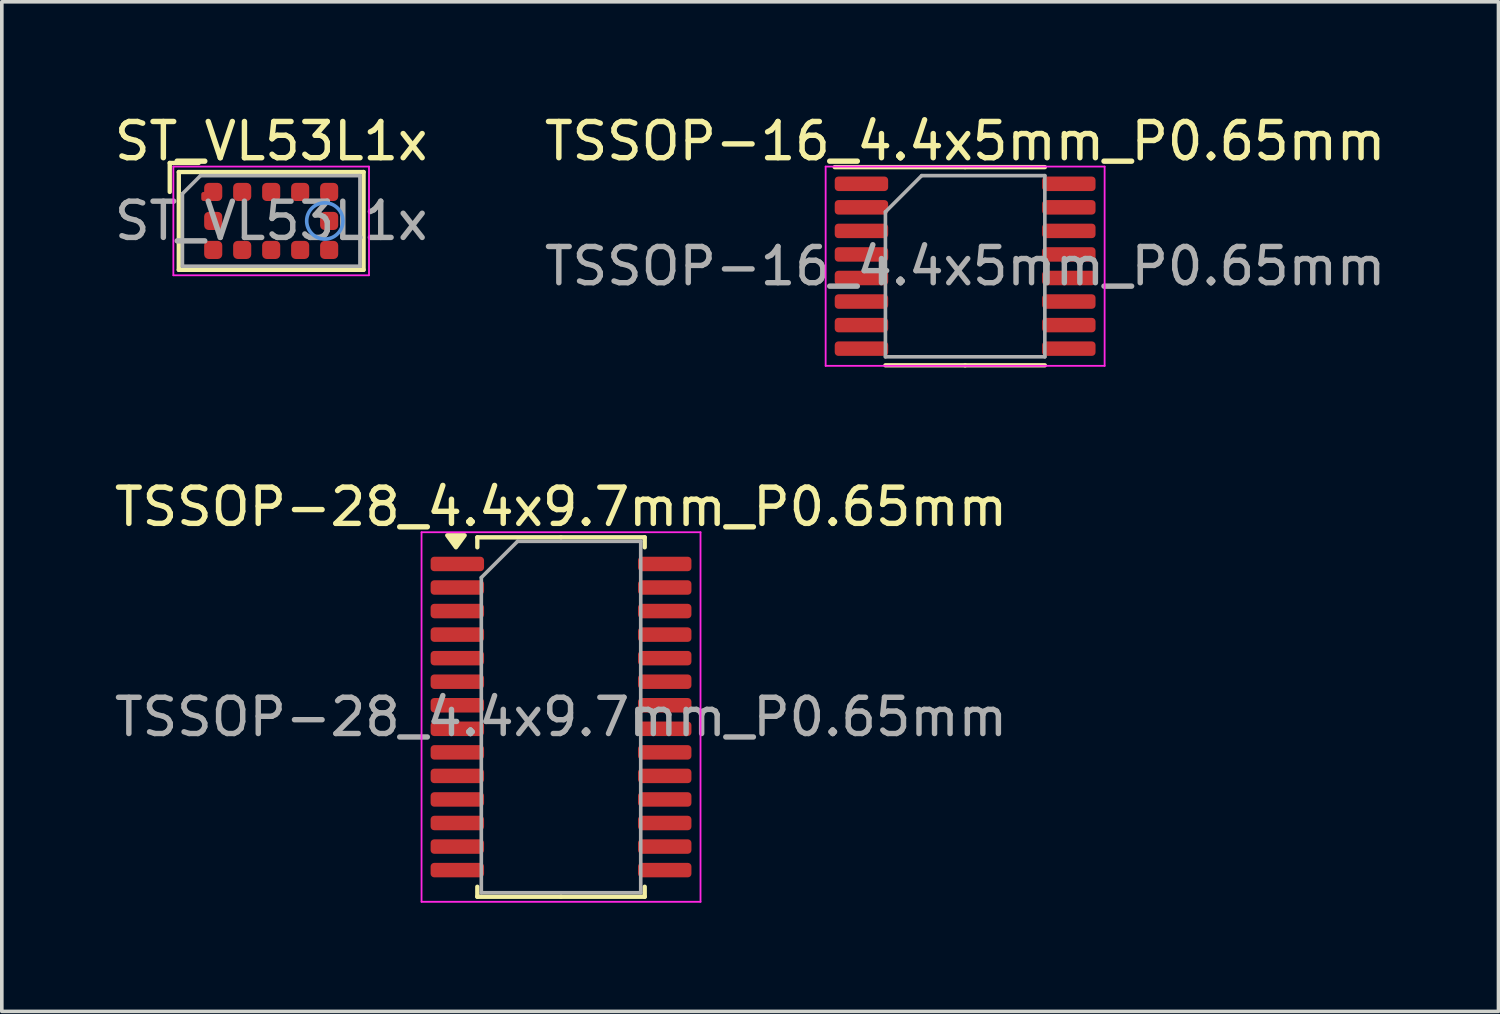
<source format=kicad_pcb>
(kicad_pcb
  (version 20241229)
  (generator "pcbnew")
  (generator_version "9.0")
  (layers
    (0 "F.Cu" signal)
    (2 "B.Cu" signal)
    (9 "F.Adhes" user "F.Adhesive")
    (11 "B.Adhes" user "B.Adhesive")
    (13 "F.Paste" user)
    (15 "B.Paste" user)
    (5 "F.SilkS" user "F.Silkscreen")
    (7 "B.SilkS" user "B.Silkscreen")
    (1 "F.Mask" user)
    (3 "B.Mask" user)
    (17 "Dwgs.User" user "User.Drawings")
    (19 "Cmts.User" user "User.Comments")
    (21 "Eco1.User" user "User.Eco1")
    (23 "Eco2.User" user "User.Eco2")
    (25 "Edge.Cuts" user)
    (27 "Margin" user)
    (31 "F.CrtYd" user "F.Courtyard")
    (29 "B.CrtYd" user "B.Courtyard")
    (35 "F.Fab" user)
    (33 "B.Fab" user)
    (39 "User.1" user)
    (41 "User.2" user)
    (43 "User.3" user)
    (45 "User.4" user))
  (footprint "TSSOP-28_4.4x9.7mm_P0.65mm"
    (layer "F.Cu")
    (at 12.435 16.741)
    (property "Reference" "TSSOP-28_4.4x9.7mm_P0.65mm" (at 0 -5.8 0) (layer "F.SilkS") (effects (font (size 1 1) (thickness 0.15))))
    (attr smd)
    (fp_line (start -2.31 -4.96) (end -2.31 -4.685) (stroke (width 0.12) (type solid)) (layer "F.SilkS"))
    (fp_line (start -2.31 4.96) (end -2.31 4.685) (stroke (width 0.12) (type solid)) (layer "F.SilkS"))
    (fp_line (start 0 -4.96) (end -2.31 -4.96) (stroke (width 0.12) (type solid)) (layer "F.SilkS"))
    (fp_line (start 0 -4.96) (end 2.31 -4.96) (stroke (width 0.12) (type solid)) (layer "F.SilkS"))
    (fp_line (start 0 4.96) (end -2.31 4.96) (stroke (width 0.12) (type solid)) (layer "F.SilkS"))
    (fp_line (start 0 4.96) (end 2.31 4.96) (stroke (width 0.12) (type solid)) (layer "F.SilkS"))
    (fp_line (start 2.31 -4.96) (end 2.31 -4.685) (stroke (width 0.12) (type solid)) (layer "F.SilkS"))
    (fp_line (start 2.31 4.96) (end 2.31 4.685) (stroke (width 0.12) (type solid)) (layer "F.SilkS"))
    (fp_poly (pts (xy -2.9 -4.685) (xy -3.14 -5.015) (xy -2.66 -5.015) (xy -2.9 -4.685)) (stroke (width 0.12) (type solid)) (fill yes) (layer "F.SilkS"))
    (fp_line (start -3.85 -5.1) (end -3.85 5.1) (stroke (width 0.05) (type solid)) (layer "F.CrtYd"))
    (fp_line (start -3.85 5.1) (end 3.85 5.1) (stroke (width 0.05) (type solid)) (layer "F.CrtYd"))
    (fp_line (start 3.85 -5.1) (end -3.85 -5.1) (stroke (width 0.05) (type solid)) (layer "F.CrtYd"))
    (fp_line (start 3.85 5.1) (end 3.85 -5.1) (stroke (width 0.05) (type solid)) (layer "F.CrtYd"))
    (fp_line (start -2.2 -3.85) (end -1.2 -4.85) (stroke (width 0.1) (type solid)) (layer "F.Fab"))
    (fp_line (start -2.2 4.85) (end -2.2 -3.85) (stroke (width 0.1) (type solid)) (layer "F.Fab"))
    (fp_line (start -1.2 -4.85) (end 2.2 -4.85) (stroke (width 0.1) (type solid)) (layer "F.Fab"))
    (fp_line (start 2.2 -4.85) (end 2.2 4.85) (stroke (width 0.1) (type solid)) (layer "F.Fab"))
    (fp_line (start 2.2 4.85) (end -2.2 4.85) (stroke (width 0.1) (type solid)) (layer "F.Fab"))
    (fp_text user "${REFERENCE}" (at 0 0 0) (layer "F.Fab") (effects (font (size 1 1) (thickness 0.15))))
    (pad "1" smd roundrect (at -2.862 -4.225) (size 1.475 0.4) (layers "F.Cu" "F.Mask" "F.Paste") (roundrect_rratio 0.25))
    (pad "2" smd roundrect (at -2.862 -3.575) (size 1.475 0.4) (layers "F.Cu" "F.Mask" "F.Paste") (roundrect_rratio 0.25))
    (pad "3" smd roundrect (at -2.862 -2.925) (size 1.475 0.4) (layers "F.Cu" "F.Mask" "F.Paste") (roundrect_rratio 0.25))
    (pad "4" smd roundrect (at -2.862 -2.275) (size 1.475 0.4) (layers "F.Cu" "F.Mask" "F.Paste") (roundrect_rratio 0.25))
    (pad "5" smd roundrect (at -2.862 -1.625) (size 1.475 0.4) (layers "F.Cu" "F.Mask" "F.Paste") (roundrect_rratio 0.25))
    (pad "6" smd roundrect (at -2.862 -0.975) (size 1.475 0.4) (layers "F.Cu" "F.Mask" "F.Paste") (roundrect_rratio 0.25))
    (pad "7" smd roundrect (at -2.862 -0.325) (size 1.475 0.4) (layers "F.Cu" "F.Mask" "F.Paste") (roundrect_rratio 0.25))
    (pad "8" smd roundrect (at -2.862 0.325) (size 1.475 0.4) (layers "F.Cu" "F.Mask" "F.Paste") (roundrect_rratio 0.25))
    (pad "9" smd roundrect (at -2.862 0.975) (size 1.475 0.4) (layers "F.Cu" "F.Mask" "F.Paste") (roundrect_rratio 0.25))
    (pad "10" smd roundrect (at -2.862 1.625) (size 1.475 0.4) (layers "F.Cu" "F.Mask" "F.Paste") (roundrect_rratio 0.25))
    (pad "11" smd roundrect (at -2.862 2.275) (size 1.475 0.4) (layers "F.Cu" "F.Mask" "F.Paste") (roundrect_rratio 0.25))
    (pad "12" smd roundrect (at -2.862 2.925) (size 1.475 0.4) (layers "F.Cu" "F.Mask" "F.Paste") (roundrect_rratio 0.25))
    (pad "13" smd roundrect (at -2.862 3.575) (size 1.475 0.4) (layers "F.Cu" "F.Mask" "F.Paste") (roundrect_rratio 0.25))
    (pad "14" smd roundrect (at -2.862 4.225) (size 1.475 0.4) (layers "F.Cu" "F.Mask" "F.Paste") (roundrect_rratio 0.25))
    (pad "15" smd roundrect (at 2.862 4.225) (size 1.475 0.4) (layers "F.Cu" "F.Mask" "F.Paste") (roundrect_rratio 0.25))
    (pad "16" smd roundrect (at 2.862 3.575) (size 1.475 0.4) (layers "F.Cu" "F.Mask" "F.Paste") (roundrect_rratio 0.25))
    (pad "17" smd roundrect (at 2.862 2.925) (size 1.475 0.4) (layers "F.Cu" "F.Mask" "F.Paste") (roundrect_rratio 0.25))
    (pad "18" smd roundrect (at 2.862 2.275) (size 1.475 0.4) (layers "F.Cu" "F.Mask" "F.Paste") (roundrect_rratio 0.25))
    (pad "19" smd roundrect (at 2.862 1.625) (size 1.475 0.4) (layers "F.Cu" "F.Mask" "F.Paste") (roundrect_rratio 0.25))
    (pad "20" smd roundrect (at 2.862 0.975) (size 1.475 0.4) (layers "F.Cu" "F.Mask" "F.Paste") (roundrect_rratio 0.25))
    (pad "21" smd roundrect (at 2.862 0.325) (size 1.475 0.4) (layers "F.Cu" "F.Mask" "F.Paste") (roundrect_rratio 0.25))
    (pad "22" smd roundrect (at 2.862 -0.325) (size 1.475 0.4) (layers "F.Cu" "F.Mask" "F.Paste") (roundrect_rratio 0.25))
    (pad "23" smd roundrect (at 2.862 -0.975) (size 1.475 0.4) (layers "F.Cu" "F.Mask" "F.Paste") (roundrect_rratio 0.25))
    (pad "24" smd roundrect (at 2.862 -1.625) (size 1.475 0.4) (layers "F.Cu" "F.Mask" "F.Paste") (roundrect_rratio 0.25))
    (pad "25" smd roundrect (at 2.862 -2.275) (size 1.475 0.4) (layers "F.Cu" "F.Mask" "F.Paste") (roundrect_rratio 0.25))
    (pad "26" smd roundrect (at 2.862 -2.925) (size 1.475 0.4) (layers "F.Cu" "F.Mask" "F.Paste") (roundrect_rratio 0.25))
    (pad "27" smd roundrect (at 2.862 -3.575) (size 1.475 0.4) (layers "F.Cu" "F.Mask" "F.Paste") (roundrect_rratio 0.25))
    (pad "28" smd roundrect (at 2.862 -4.225) (size 1.475 0.4) (layers "F.Cu" "F.Mask" "F.Paste") (roundrect_rratio 0.25)))
  (footprint "TSSOP-16_4.4x5mm_P0.65mm"
    (layer "F.Cu")
    (at 23.589 4.298)
    (property "Reference" "TSSOP-16_4.4x5mm_P0.65mm" (at 0 -3.45 180) (layer "F.SilkS") (effects (font (size 1 1) (thickness 0.15))))
    (attr smd)
    (fp_line (start -3.6 -2.735) (end 0 -2.735) (stroke (width 0.12) (type solid)) (layer "F.SilkS"))
    (fp_line (start -2.2 2.735) (end 0 2.735) (stroke (width 0.12) (type solid)) (layer "F.SilkS"))
    (fp_line (start 2.2 -2.735) (end 0 -2.735) (stroke (width 0.12) (type solid)) (layer "F.SilkS"))
    (fp_line (start 2.2 2.735) (end 0 2.735) (stroke (width 0.12) (type solid)) (layer "F.SilkS"))
    (fp_line (start -3.85 -2.75) (end 3.85 -2.75) (stroke (width 0.05) (type solid)) (layer "F.CrtYd"))
    (fp_line (start -3.85 2.75) (end -3.85 -2.75) (stroke (width 0.05) (type solid)) (layer "F.CrtYd"))
    (fp_line (start 3.85 -2.75) (end 3.85 2.75) (stroke (width 0.05) (type solid)) (layer "F.CrtYd"))
    (fp_line (start 3.85 2.75) (end -3.85 2.75) (stroke (width 0.05) (type solid)) (layer "F.CrtYd"))
    (fp_line (start -2.2 -1.5) (end -2.2 2.5) (stroke (width 0.1) (type solid)) (layer "F.Fab"))
    (fp_line (start -2.2 2.5) (end 2.2 2.5) (stroke (width 0.1) (type solid)) (layer "F.Fab"))
    (fp_line (start -1.2 -2.5) (end -2.2 -1.5) (stroke (width 0.1) (type solid)) (layer "F.Fab"))
    (fp_line (start 2.2 -2.5) (end -1.2 -2.5) (stroke (width 0.1) (type solid)) (layer "F.Fab"))
    (fp_line (start 2.2 2.5) (end 2.2 -2.5) (stroke (width 0.1) (type solid)) (layer "F.Fab"))
    (fp_text user "${REFERENCE}" (at 0 0 180) (layer "F.Fab") (effects (font (size 1 1) (thickness 0.15))))
    (pad "1" smd roundrect (at -2.862 -2.275 180) (size 1.475 0.4) (layers "F.Cu" "F.Mask" "F.Paste") (roundrect_rratio 0.25))
    (pad "2" smd roundrect (at -2.862 -1.625 180) (size 1.475 0.4) (layers "F.Cu" "F.Mask" "F.Paste") (roundrect_rratio 0.25))
    (pad "3" smd roundrect (at -2.862 -0.975 180) (size 1.475 0.4) (layers "F.Cu" "F.Mask" "F.Paste") (roundrect_rratio 0.25))
    (pad "4" smd roundrect (at -2.862 -0.325 180) (size 1.475 0.4) (layers "F.Cu" "F.Mask" "F.Paste") (roundrect_rratio 0.25))
    (pad "5" smd roundrect (at -2.862 0.325 180) (size 1.475 0.4) (layers "F.Cu" "F.Mask" "F.Paste") (roundrect_rratio 0.25))
    (pad "6" smd roundrect (at -2.862 0.975 180) (size 1.475 0.4) (layers "F.Cu" "F.Mask" "F.Paste") (roundrect_rratio 0.25))
    (pad "7" smd roundrect (at -2.862 1.625 180) (size 1.475 0.4) (layers "F.Cu" "F.Mask" "F.Paste") (roundrect_rratio 0.25))
    (pad "8" smd roundrect (at -2.862 2.275 180) (size 1.475 0.4) (layers "F.Cu" "F.Mask" "F.Paste") (roundrect_rratio 0.25))
    (pad "9" smd roundrect (at 2.862 2.275 180) (size 1.475 0.4) (layers "F.Cu" "F.Mask" "F.Paste") (roundrect_rratio 0.25))
    (pad "10" smd roundrect (at 2.862 1.625 180) (size 1.475 0.4) (layers "F.Cu" "F.Mask" "F.Paste") (roundrect_rratio 0.25))
    (pad "11" smd roundrect (at 2.862 0.975 180) (size 1.475 0.4) (layers "F.Cu" "F.Mask" "F.Paste") (roundrect_rratio 0.25))
    (pad "12" smd roundrect (at 2.862 0.325 180) (size 1.475 0.4) (layers "F.Cu" "F.Mask" "F.Paste") (roundrect_rratio 0.25))
    (pad "13" smd roundrect (at 2.862 -0.325 180) (size 1.475 0.4) (layers "F.Cu" "F.Mask" "F.Paste") (roundrect_rratio 0.25))
    (pad "14" smd roundrect (at 2.862 -0.975 180) (size 1.475 0.4) (layers "F.Cu" "F.Mask" "F.Paste") (roundrect_rratio 0.25))
    (pad "15" smd roundrect (at 2.862 -1.625 180) (size 1.475 0.4) (layers "F.Cu" "F.Mask" "F.Paste") (roundrect_rratio 0.25))
    (pad "16" smd roundrect (at 2.862 -2.275 180) (size 1.475 0.4) (layers "F.Cu" "F.Mask" "F.Paste") (roundrect_rratio 0.25)))
  (footprint "ST_VL53L1x"
    (layer "F.Cu")
    (at 5.915 3.048)
    (property "Reference" "ST_VL53L1x" (at -1.48 -2.2 0) (layer "F.SilkS") (effects (font (size 1 1) (thickness 0.15))))
    (attr smd)
    (fp_line (start -4.28 -1.6) (end -3.48 -1.6) (stroke (width 0.12) (type solid)) (layer "F.SilkS"))
    (fp_line (start -4.28 -0.8) (end -4.28 -1.6) (stroke (width 0.12) (type solid)) (layer "F.SilkS"))
    (fp_line (start -4.03 -1.35) (end -4.03 1.35) (stroke (width 0.12) (type solid)) (layer "F.SilkS"))
    (fp_line (start -4.03 1.35) (end 1.07 1.35) (stroke (width 0.12) (type solid)) (layer "F.SilkS"))
    (fp_line (start 1.07 -1.35) (end -4.03 -1.35) (stroke (width 0.12) (type solid)) (layer "F.SilkS"))
    (fp_line (start 1.07 1.35) (end 1.07 -1.35) (stroke (width 0.12) (type solid)) (layer "F.SilkS"))
    (fp_circle (center 0 0) (end 0.5 0) (stroke (width 0.1) (type default)) (fill no) (layer "Cmts.User"))
    (fp_line (start -4.18 -1.5) (end -4.18 1.5) (stroke (width 0.05) (type solid)) (layer "F.CrtYd"))
    (fp_line (start -4.18 1.5) (end 1.22 1.5) (stroke (width 0.05) (type solid)) (layer "F.CrtYd"))
    (fp_line (start 1.22 -1.5) (end -4.18 -1.5) (stroke (width 0.05) (type solid)) (layer "F.CrtYd"))
    (fp_line (start 1.22 1.5) (end 1.22 -1.5) (stroke (width 0.05) (type solid)) (layer "F.CrtYd"))
    (fp_line (start -3.93 -0.75) (end -3.93 1.25) (stroke (width 0.1) (type solid)) (layer "F.Fab"))
    (fp_line (start -3.93 -0.75) (end -3.43 -1.25) (stroke (width 0.1) (type solid)) (layer "F.Fab"))
    (fp_line (start -3.43 -1.25) (end 0.97 -1.25) (stroke (width 0.1) (type solid)) (layer "F.Fab"))
    (fp_line (start 0.97 -1.25) (end 0.97 1.25) (stroke (width 0.1) (type solid)) (layer "F.Fab"))
    (fp_line (start 0.97 1.25) (end -3.93 1.25) (stroke (width 0.1) (type solid)) (layer "F.Fab"))
    (fp_text user "${REFERENCE}" (at -1.48 0 0) (layer "F.Fab") (effects (font (size 1 1) (thickness 0.15))))
    (pad "1" smd roundrect (at -3.22 -0.675) (size 0.38 0.25) (layers "F.Cu" "F.Mask" "F.Paste") (roundrect_rratio 0.25))
    (pad "1" smd roundrect (at -3.08 -0.8) (size 0.5 0.5) (layers "F.Cu" "F.Mask" "F.Paste") (roundrect_rratio 0.25))
    (pad "2" smd roundrect (at -2.28 -0.8) (size 0.5 0.5) (layers "F.Cu" "F.Mask" "F.Paste") (roundrect_rratio 0.25))
    (pad "3" smd roundrect (at -1.48 -0.8) (size 0.5 0.5) (layers "F.Cu" "F.Mask" "F.Paste") (roundrect_rratio 0.25))
    (pad "4" smd roundrect (at -0.68 -0.8) (size 0.5 0.5) (layers "F.Cu" "F.Mask" "F.Paste") (roundrect_rratio 0.25))
    (pad "5" smd roundrect (at 0.12 -0.8) (size 0.5 0.5) (layers "F.Cu" "F.Mask" "F.Paste") (roundrect_rratio 0.25))
    (pad "6" smd roundrect (at 0.12 0) (size 0.5 0.5) (layers "F.Cu" "F.Mask" "F.Paste") (roundrect_rratio 0.25))
    (pad "7" smd roundrect (at 0.12 0.8) (size 0.5 0.5) (layers "F.Cu" "F.Mask" "F.Paste") (roundrect_rratio 0.25))
    (pad "8" smd roundrect (at -0.68 0.8) (size 0.5 0.5) (layers "F.Cu" "F.Mask" "F.Paste") (roundrect_rratio 0.25))
    (pad "9" smd roundrect (at -1.48 0.8) (size 0.5 0.5) (layers "F.Cu" "F.Mask" "F.Paste") (roundrect_rratio 0.25))
    (pad "10" smd roundrect (at -2.28 0.8) (size 0.5 0.5) (layers "F.Cu" "F.Mask" "F.Paste") (roundrect_rratio 0.25))
    (pad "11" smd roundrect (at -3.08 0.8) (size 0.5 0.5) (layers "F.Cu" "F.Mask" "F.Paste") (roundrect_rratio 0.25))
    (pad "12" smd roundrect (at -3.08 0) (size 0.5 0.5) (layers "F.Cu" "F.Mask" "F.Paste") (roundrect_rratio 0.25)))
  (gr_rect
    (start -3 -3)
    (end 38.31 24.866)
    (stroke (width 0.1) (type default))
    (fill no)
    (layer "Edge.Cuts")))
</source>
